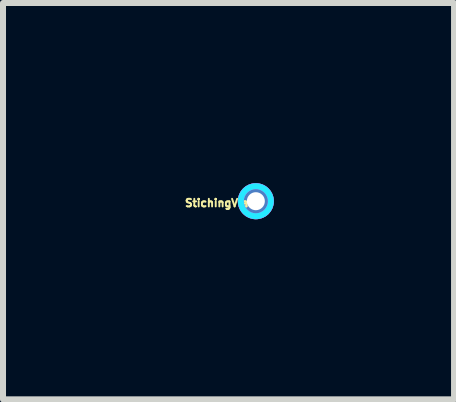
<source format=kicad_pcb>
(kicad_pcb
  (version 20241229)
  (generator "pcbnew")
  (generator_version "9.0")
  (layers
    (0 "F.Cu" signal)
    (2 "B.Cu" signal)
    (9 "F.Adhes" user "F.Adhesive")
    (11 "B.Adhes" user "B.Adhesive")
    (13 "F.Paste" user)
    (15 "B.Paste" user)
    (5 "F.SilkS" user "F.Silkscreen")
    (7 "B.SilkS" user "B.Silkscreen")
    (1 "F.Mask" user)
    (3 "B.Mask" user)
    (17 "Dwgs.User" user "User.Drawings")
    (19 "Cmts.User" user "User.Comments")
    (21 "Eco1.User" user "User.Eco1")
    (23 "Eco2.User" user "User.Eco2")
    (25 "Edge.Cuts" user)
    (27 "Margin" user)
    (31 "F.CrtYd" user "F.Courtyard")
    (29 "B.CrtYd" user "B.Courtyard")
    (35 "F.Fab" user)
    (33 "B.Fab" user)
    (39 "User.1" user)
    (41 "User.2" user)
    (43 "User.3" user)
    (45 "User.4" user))
  (footprint "StichingVia"
    (layer "F.Cu")
    (at 1.211 0.301)
    (property "Reference" "StichingVia" (at -0.65 0.03 0) (layer "F.SilkS") (effects (font (size 0.127 0.127) (thickness 0.032))))
    (attr through_hole)
    (fp_circle (center 0 0) (end 0.25 0) (stroke (width 0.1) (type solid)) (fill no) (layer "B.CrtYd"))
    (fp_circle (center 0 0) (end 0.22 0.12) (stroke (width 0.1) (type solid)) (fill no) (layer "F.CrtYd"))
    (pad "1" thru_hole circle (at 0 0) (size 0.6 0.6) (drill 0.3) (layers "*.Cu")))
  (gr_rect
    (start -3 -3)
    (end 4.512 3.601)
    (stroke (width 0.1) (type default))
    (fill no)
    (layer "Edge.Cuts")))
</source>
